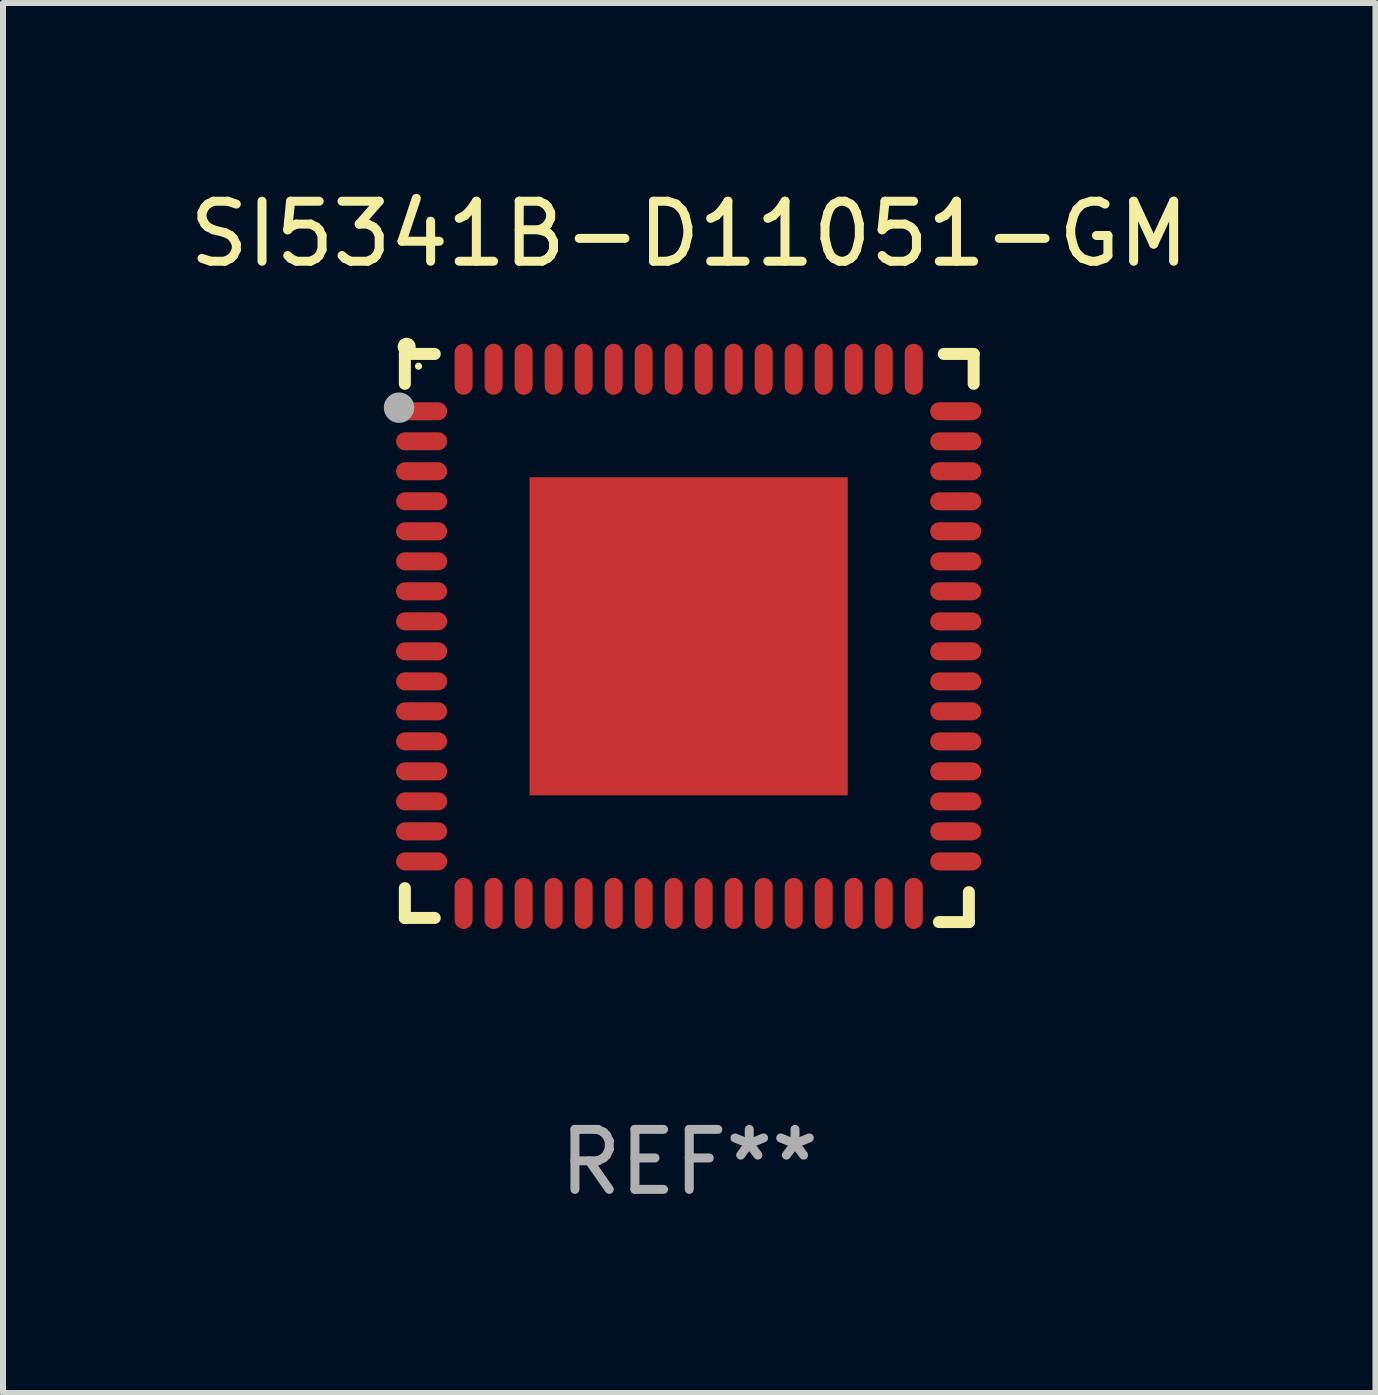
<source format=kicad_pcb>
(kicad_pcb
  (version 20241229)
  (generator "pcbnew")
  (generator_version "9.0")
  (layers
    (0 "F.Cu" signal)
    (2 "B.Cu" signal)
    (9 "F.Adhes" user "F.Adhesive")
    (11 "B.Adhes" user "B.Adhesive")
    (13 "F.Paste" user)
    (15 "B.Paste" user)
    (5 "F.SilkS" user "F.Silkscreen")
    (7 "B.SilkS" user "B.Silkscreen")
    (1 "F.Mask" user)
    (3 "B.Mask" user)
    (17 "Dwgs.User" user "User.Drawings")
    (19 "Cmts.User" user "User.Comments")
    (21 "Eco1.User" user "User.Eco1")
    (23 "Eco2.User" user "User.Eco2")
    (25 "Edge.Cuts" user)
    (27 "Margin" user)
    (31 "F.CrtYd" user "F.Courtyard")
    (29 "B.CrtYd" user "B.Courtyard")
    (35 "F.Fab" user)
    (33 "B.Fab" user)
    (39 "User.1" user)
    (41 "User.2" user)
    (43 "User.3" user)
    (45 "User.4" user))
  (footprint "SI5341B-D11051-GM"
    (layer "F.Cu")
    (at 8.435 7.581)
    (property "Reference" "SI5341B-D11051-GM" (at 0 -6.733 0) (layer "F.SilkS") (effects (font (size 1 1) (thickness 0.15))))
    (attr through_hole)
    (fp_line (start -4.739 -4.733) (end -4.241 -4.733) (stroke (width 0.2) (type solid)) (layer "F.SilkS"))
    (fp_line (start -4.739 -4.235) (end -4.739 -4.733) (stroke (width 0.2) (type solid)) (layer "F.SilkS"))
    (fp_line (start -4.739 4.168) (end -4.739 4.665) (stroke (width 0.2) (type solid)) (layer "F.SilkS"))
    (fp_line (start -4.739 4.665) (end -4.241 4.665) (stroke (width 0.2) (type solid)) (layer "F.SilkS"))
    (fp_line (start 4.161 4.733) (end 4.659 4.733) (stroke (width 0.2) (type solid)) (layer "F.SilkS"))
    (fp_line (start 4.241 -4.733) (end 4.739 -4.733) (stroke (width 0.2) (type solid)) (layer "F.SilkS"))
    (fp_line (start 4.659 4.733) (end 4.659 4.235) (stroke (width 0.2) (type solid)) (layer "F.SilkS"))
    (fp_line (start 4.739 -4.733) (end 4.739 -4.235) (stroke (width 0.2) (type solid)) (layer "F.SilkS"))
    (fp_arc (start -4.708623 -4.85108) (mid -4.708628 -4.85235) (end -4.708623 -4.85362) (stroke (width 0.3) (type solid)) (layer "F.SilkS"))
    (fp_circle (center -4.511 -4.529) (end -4.481 -4.529) (stroke (width 0.06) (type solid)) (fill no) (layer "F.SilkS"))
    (fp_circle (center -4.836 -3.838) (end -4.709 -3.838) (stroke (width 0.254) (type solid)) (fill no) (layer "F.Fab"))
    (fp_text user "REF**" (at 0 8.733 0) (layer "F.Fab") (effects (font (size 1 1) (thickness 0.15))))
    (pad "1" smd oval (at -4.46 -3.778) (size 0.85 0.3) (layers "F.Cu" "F.Mask" "F.Paste"))
    (pad "2" smd oval (at -4.46 -3.278) (size 0.85 0.3) (layers "F.Cu" "F.Mask" "F.Paste"))
    (pad "3" smd oval (at -4.46 -2.778) (size 0.85 0.3) (layers "F.Cu" "F.Mask" "F.Paste"))
    (pad "4" smd oval (at -4.46 -2.278) (size 0.85 0.3) (layers "F.Cu" "F.Mask" "F.Paste"))
    (pad "5" smd oval (at -4.46 -1.778) (size 0.85 0.3) (layers "F.Cu" "F.Mask" "F.Paste"))
    (pad "6" smd oval (at -4.46 -1.278) (size 0.85 0.3) (layers "F.Cu" "F.Mask" "F.Paste"))
    (pad "7" smd oval (at -4.46 -0.778) (size 0.85 0.3) (layers "F.Cu" "F.Mask" "F.Paste"))
    (pad "8" smd oval (at -4.46 -0.278) (size 0.85 0.3) (layers "F.Cu" "F.Mask" "F.Paste"))
    (pad "9" smd oval (at -4.46 0.222) (size 0.85 0.3) (layers "F.Cu" "F.Mask" "F.Paste"))
    (pad "10" smd oval (at -4.46 0.722) (size 0.85 0.3) (layers "F.Cu" "F.Mask" "F.Paste"))
    (pad "11" smd oval (at -4.46 1.222) (size 0.85 0.3) (layers "F.Cu" "F.Mask" "F.Paste"))
    (pad "12" smd oval (at -4.46 1.722) (size 0.85 0.3) (layers "F.Cu" "F.Mask" "F.Paste"))
    (pad "13" smd oval (at -4.46 2.222) (size 0.85 0.3) (layers "F.Cu" "F.Mask" "F.Paste"))
    (pad "14" smd oval (at -4.46 2.722) (size 0.85 0.3) (layers "F.Cu" "F.Mask" "F.Paste"))
    (pad "15" smd oval (at -4.46 3.222) (size 0.85 0.3) (layers "F.Cu" "F.Mask" "F.Paste"))
    (pad "16" smd oval (at -4.46 3.722) (size 0.85 0.3) (layers "F.Cu" "F.Mask" "F.Paste"))
    (pad "17" smd oval (at -3.76 4.422) (size 0.3 0.85) (layers "F.Cu" "F.Mask" "F.Paste"))
    (pad "18" smd oval (at -3.26 4.422) (size 0.3 0.85) (layers "F.Cu" "F.Mask" "F.Paste"))
    (pad "19" smd oval (at -2.76 4.422) (size 0.3 0.85) (layers "F.Cu" "F.Mask" "F.Paste"))
    (pad "20" smd oval (at -2.26 4.422) (size 0.3 0.85) (layers "F.Cu" "F.Mask" "F.Paste"))
    (pad "21" smd oval (at -1.76 4.422) (size 0.3 0.85) (layers "F.Cu" "F.Mask" "F.Paste"))
    (pad "22" smd oval (at -1.26 4.422) (size 0.3 0.85) (layers "F.Cu" "F.Mask" "F.Paste"))
    (pad "23" smd oval (at -0.76 4.422) (size 0.3 0.85) (layers "F.Cu" "F.Mask" "F.Paste"))
    (pad "24" smd oval (at -0.26 4.422) (size 0.3 0.85) (layers "F.Cu" "F.Mask" "F.Paste"))
    (pad "25" smd oval (at 0.24 4.422) (size 0.3 0.85) (layers "F.Cu" "F.Mask" "F.Paste"))
    (pad "26" smd oval (at 0.74 4.422) (size 0.3 0.85) (layers "F.Cu" "F.Mask" "F.Paste"))
    (pad "27" smd oval (at 1.24 4.422) (size 0.3 0.85) (layers "F.Cu" "F.Mask" "F.Paste"))
    (pad "28" smd oval (at 1.74 4.422) (size 0.3 0.85) (layers "F.Cu" "F.Mask" "F.Paste"))
    (pad "29" smd oval (at 2.24 4.422) (size 0.3 0.85) (layers "F.Cu" "F.Mask" "F.Paste"))
    (pad "30" smd oval (at 2.74 4.422) (size 0.3 0.85) (layers "F.Cu" "F.Mask" "F.Paste"))
    (pad "31" smd oval (at 3.24 4.422) (size 0.3 0.85) (layers "F.Cu" "F.Mask" "F.Paste"))
    (pad "32" smd oval (at 3.74 4.422) (size 0.3 0.85) (layers "F.Cu" "F.Mask" "F.Paste"))
    (pad "33" smd oval (at 4.44 3.723) (size 0.85 0.3) (layers "F.Cu" "F.Mask" "F.Paste"))
    (pad "34" smd oval (at 4.44 3.222) (size 0.85 0.3) (layers "F.Cu" "F.Mask" "F.Paste"))
    (pad "35" smd oval (at 4.44 2.723) (size 0.85 0.3) (layers "F.Cu" "F.Mask" "F.Paste"))
    (pad "36" smd oval (at 4.44 2.222) (size 0.85 0.3) (layers "F.Cu" "F.Mask" "F.Paste"))
    (pad "37" smd oval (at 4.44 1.723) (size 0.85 0.3) (layers "F.Cu" "F.Mask" "F.Paste"))
    (pad "38" smd oval (at 4.44 1.222) (size 0.85 0.3) (layers "F.Cu" "F.Mask" "F.Paste"))
    (pad "39" smd oval (at 4.44 0.723) (size 0.85 0.3) (layers "F.Cu" "F.Mask" "F.Paste"))
    (pad "40" smd oval (at 4.44 0.222) (size 0.85 0.3) (layers "F.Cu" "F.Mask" "F.Paste"))
    (pad "41" smd oval (at 4.44 -0.277) (size 0.85 0.3) (layers "F.Cu" "F.Mask" "F.Paste"))
    (pad "42" smd oval (at 4.44 -0.778) (size 0.85 0.3) (layers "F.Cu" "F.Mask" "F.Paste"))
    (pad "43" smd oval (at 4.44 -1.277) (size 0.85 0.3) (layers "F.Cu" "F.Mask" "F.Paste"))
    (pad "44" smd oval (at 4.44 -1.778) (size 0.85 0.3) (layers "F.Cu" "F.Mask" "F.Paste"))
    (pad "45" smd oval (at 4.44 -2.277) (size 0.85 0.3) (layers "F.Cu" "F.Mask" "F.Paste"))
    (pad "46" smd oval (at 4.44 -2.778) (size 0.85 0.3) (layers "F.Cu" "F.Mask" "F.Paste"))
    (pad "47" smd oval (at 4.44 -3.277) (size 0.85 0.3) (layers "F.Cu" "F.Mask" "F.Paste"))
    (pad "48" smd oval (at 4.44 -3.778) (size 0.85 0.3) (layers "F.Cu" "F.Mask" "F.Paste"))
    (pad "49" smd oval (at 3.74 -4.478) (size 0.3 0.85) (layers "F.Cu" "F.Mask" "F.Paste"))
    (pad "50" smd oval (at 3.24 -4.478) (size 0.3 0.85) (layers "F.Cu" "F.Mask" "F.Paste"))
    (pad "51" smd oval (at 2.74 -4.478) (size 0.3 0.85) (layers "F.Cu" "F.Mask" "F.Paste"))
    (pad "52" smd oval (at 2.24 -4.478) (size 0.3 0.85) (layers "F.Cu" "F.Mask" "F.Paste"))
    (pad "53" smd oval (at 1.74 -4.478) (size 0.3 0.85) (layers "F.Cu" "F.Mask" "F.Paste"))
    (pad "54" smd oval (at 1.24 -4.478) (size 0.3 0.85) (layers "F.Cu" "F.Mask" "F.Paste"))
    (pad "55" smd oval (at 0.74 -4.478) (size 0.3 0.85) (layers "F.Cu" "F.Mask" "F.Paste"))
    (pad "56" smd oval (at 0.24 -4.478) (size 0.3 0.85) (layers "F.Cu" "F.Mask" "F.Paste"))
    (pad "57" smd oval (at -0.26 -4.478) (size 0.3 0.85) (layers "F.Cu" "F.Mask" "F.Paste"))
    (pad "58" smd oval (at -0.76 -4.478) (size 0.3 0.85) (layers "F.Cu" "F.Mask" "F.Paste"))
    (pad "59" smd oval (at -1.26 -4.478) (size 0.3 0.85) (layers "F.Cu" "F.Mask" "F.Paste"))
    (pad "60" smd oval (at -1.76 -4.478) (size 0.3 0.85) (layers "F.Cu" "F.Mask" "F.Paste"))
    (pad "61" smd oval (at -2.26 -4.478) (size 0.3 0.85) (layers "F.Cu" "F.Mask" "F.Paste"))
    (pad "62" smd oval (at -2.76 -4.478) (size 0.3 0.85) (layers "F.Cu" "F.Mask" "F.Paste"))
    (pad "63" smd oval (at -3.26 -4.478) (size 0.3 0.85) (layers "F.Cu" "F.Mask" "F.Paste"))
    (pad "64" smd oval (at -3.76 -4.478) (size 0.3 0.85) (layers "F.Cu" "F.Mask" "F.Paste"))
    (pad "65" smd rect (at -0.009 -0.028 90) (size 5.3 5.3) (layers "F.Cu" "F.Mask" "F.Paste")))
  (gr_rect
    (start -3 -3)
    (end 19.869 20.162)
    (stroke (width 0.1) (type default))
    (fill no)
    (layer "Edge.Cuts")))
</source>
